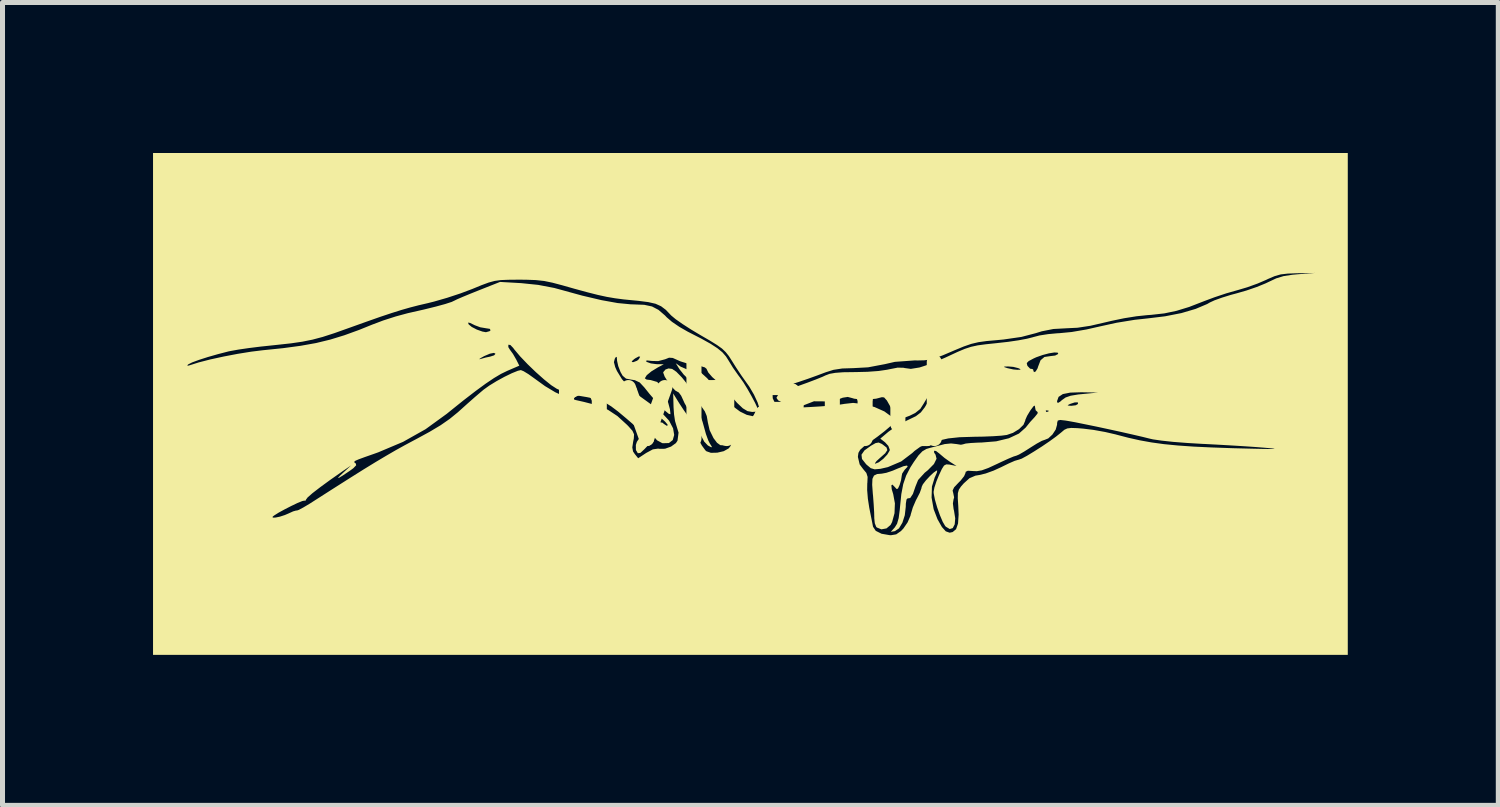
<source format=kicad_pcb>
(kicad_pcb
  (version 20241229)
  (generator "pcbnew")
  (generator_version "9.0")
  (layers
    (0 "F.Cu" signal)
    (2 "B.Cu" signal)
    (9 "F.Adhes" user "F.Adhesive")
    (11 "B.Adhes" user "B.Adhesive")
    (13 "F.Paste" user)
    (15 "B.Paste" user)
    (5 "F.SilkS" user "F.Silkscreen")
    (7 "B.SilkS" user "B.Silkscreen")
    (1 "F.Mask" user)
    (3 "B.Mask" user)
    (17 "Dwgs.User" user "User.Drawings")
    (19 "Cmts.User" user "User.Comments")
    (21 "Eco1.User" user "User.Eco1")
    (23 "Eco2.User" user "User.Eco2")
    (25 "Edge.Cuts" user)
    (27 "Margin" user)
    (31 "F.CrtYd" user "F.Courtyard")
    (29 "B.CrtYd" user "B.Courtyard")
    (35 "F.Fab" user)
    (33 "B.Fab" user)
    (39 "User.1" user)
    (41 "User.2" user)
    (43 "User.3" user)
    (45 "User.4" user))
  (footprint "hvhand"
    (layer "F.Cu")
    (at 11.906 5.001)
    (property "Reference" "hvhand" (at 0 0 0) (layer "F.SilkS") (effects (font (size 1.524 1.524) (thickness 0.3))))
    (attr board_only exclude_from_pos_files exclude_from_bom)
    (fp_poly (pts (xy -2.308 -0.341) (xy -2.265 -0.301) (xy -2.274 -0.278) (xy -2.28 -0.278) (xy -2.313 -0.306) (xy -2.326 -0.324) (xy -2.33 -0.351)) (stroke (width 0) (type solid)) (fill yes) (layer "F.SilkS"))
    (fp_poly (pts (xy -2.125 0.744) (xy -2.031 0.814) (xy -2.114 0.903) (xy -2.193 0.976) (xy -2.244 0.982) (xy -2.279 0.923) (xy -2.282 0.914) (xy -2.283 0.818) (xy -2.263 0.755) (xy -2.227 0.701) (xy -2.188 0.701)) (stroke (width 0) (type solid)) (fill yes) (layer "F.SilkS"))
    (fp_poly (pts (xy -1.39 -0.743) (xy -1.28 -0.695) (xy -1.155 -0.675) (xy -1.062 -0.662) (xy -0.976 -0.616) (xy -0.871 -0.521) (xy -0.847 -0.496) (xy -0.751 -0.383) (xy -0.678 -0.273) (xy -0.65 -0.208) (xy -0.612 -0.091) (xy -0.565 0.018) (xy -0.53 0.118) (xy -0.497 0.265) (xy -0.474 0.416) (xy -0.456 0.564) (xy -0.441 0.686) (xy -0.43 0.754) (xy -0.43 0.755) (xy -0.453 0.805) (xy -0.524 0.826) (xy -0.6 0.821) (xy -0.666 0.773) (xy -0.736 0.68) (xy -0.813 0.522) (xy -0.849 0.364) (xy -0.849 0.362) (xy -0.87 0.24) (xy -0.91 0.144) (xy -0.92 0.131) (xy -1.009 0.003) (xy -1.078 -0.144) (xy -1.11 -0.275) (xy -1.111 -0.293) (xy -1.146 -0.397) (xy -1.225 -0.483) (xy -1.327 -0.583) (xy -1.414 -0.693) (xy -1.488 -0.812)) (stroke (width 0) (type solid)) (fill yes) (layer "F.SilkS"))
    (fp_poly (pts (xy 3.134 1.249) (xy 3.081 1.306) (xy 3.076 1.31) (xy 3.025 1.387) (xy 3.016 1.431) (xy 3.002 1.521) (xy 2.974 1.615) (xy 2.94 1.688) (xy 2.912 1.694) (xy 2.88 1.658) (xy 2.83 1.607) (xy 2.809 1.623) (xy 2.817 1.701) (xy 2.846 1.797) (xy 2.88 1.981) (xy 2.872 2.178) (xy 2.824 2.354) (xy 2.794 2.411) (xy 2.713 2.48) (xy 2.611 2.499) (xy 2.521 2.463) (xy 2.507 2.449) (xy 2.479 2.377) (xy 2.468 2.269) (xy 2.469 2.261) (xy 2.466 2.156) (xy 2.457 2.001) (xy 2.444 1.828) (xy 2.44 1.792) (xy 2.427 1.611) (xy 2.432 1.493) (xy 2.463 1.427) (xy 2.525 1.397) (xy 2.619 1.389) (xy 2.71 1.372) (xy 2.838 1.329) (xy 2.927 1.291) (xy 3.051 1.241) (xy 3.122 1.227)) (stroke (width 0) (type solid)) (fill yes) (layer "F.SilkS"))
    (fp_poly (pts (xy -1.56 -0.698) (xy -1.477 -0.642) (xy -1.366 -0.529) (xy -1.366 -0.529) (xy -1.276 -0.417) (xy -1.213 -0.315) (xy -1.192 -0.254) (xy -1.173 -0.173) (xy -1.126 -0.055) (xy -1.086 0.024) (xy -1.017 0.178) (xy -0.953 0.358) (xy -0.926 0.456) (xy -0.886 0.6) (xy -0.841 0.724) (xy -0.811 0.784) (xy -0.768 0.853) (xy -0.778 0.865) (xy -0.845 0.829) (xy -0.847 0.828) (xy -0.919 0.753) (xy -0.983 0.633) (xy -1.024 0.499) (xy -1.032 0.428) (xy -1.06 0.343) (xy -1.128 0.247) (xy -1.148 0.228) (xy -1.235 0.12) (xy -1.313 -0.017) (xy -1.332 -0.06) (xy -1.38 -0.164) (xy -1.427 -0.228) (xy -1.445 -0.238) (xy -1.499 -0.269) (xy -1.572 -0.347) (xy -1.648 -0.447) (xy -1.709 -0.546) (xy -1.737 -0.621) (xy -1.737 -0.634) (xy -1.693 -0.686) (xy -1.632 -0.708)) (stroke (width 0) (type solid)) (fill yes) (layer "F.SilkS"))
    (fp_poly (pts (xy 11.906 5.001) (xy -11.906 5.001) (xy -11.906 -0.759) (xy -11.221 -0.759) (xy -11.172 -0.772) (xy -10.995 -0.828) (xy -10.762 -0.888) (xy -10.738 -0.893) (xy -5.407 -0.893) (xy -5.388 -0.893) (xy -5.378 -0.896) (xy -5.276 -0.925) (xy -5.189 -0.943) (xy -5.11 -0.968) (xy -5.08 -0.999) (xy -5.111 -1.018) (xy -5.192 -1.002) (xy -5.303 -0.955) (xy -5.358 -0.925) (xy -5.407 -0.893) (xy -10.738 -0.893) (xy -10.495 -0.946) (xy -10.217 -0.999) (xy -9.95 -1.042) (xy -9.723 -1.07) (xy -9.314 -1.112) (xy -8.965 -1.159) (xy -8.657 -1.214) (xy -8.373 -1.283) (xy -8.093 -1.369) (xy -7.798 -1.476) (xy -7.541 -1.58) (xy -7.429 -1.622) (xy -5.627 -1.622) (xy -5.618 -1.592) (xy -5.613 -1.584) (xy -5.554 -1.535) (xy -5.452 -1.482) (xy -5.342 -1.443) (xy -5.271 -1.43) (xy -5.199 -1.45) (xy -5.179 -1.468) (xy -5.194 -1.497) (xy -5.266 -1.508) (xy -5.384 -1.528) (xy -5.491 -1.568) (xy -5.588 -1.615) (xy -5.627 -1.622) (xy -7.429 -1.622) (xy -7.321 -1.663) (xy -7.069 -1.744) (xy -6.829 -1.809) (xy -6.767 -1.823) (xy -6.503 -1.883) (xy -6.272 -1.94) (xy -6.085 -1.991) (xy -5.953 -2.034) (xy -5.894 -2.062) (xy -5.843 -2.087) (xy -5.734 -2.134) (xy -5.584 -2.196) (xy -5.422 -2.261) (xy -4.99 -2.432) (xy -4.569 -2.408) (xy -4.229 -2.373) (xy -3.91 -2.312) (xy -3.81 -2.285) (xy -3.355 -2.16) (xy -2.969 -2.069) (xy -2.647 -2.011) (xy -2.388 -1.986) (xy -2.324 -1.984) (xy -2.117 -1.976) (xy -1.961 -1.943) (xy -1.832 -1.875) (xy -1.703 -1.764) (xy -1.667 -1.726) (xy -1.563 -1.637) (xy -1.415 -1.536) (xy -1.253 -1.443) (xy -1.23 -1.431) (xy -0.982 -1.304) (xy -0.795 -1.2) (xy -0.658 -1.111) (xy -0.559 -1.03) (xy -0.487 -0.947) (xy -0.437 -0.868) (xy -0.348 -0.723) (xy -0.242 -0.572) (xy -0.205 -0.523) (xy -0.139 -0.429) (xy -0.06 -0.301) (xy 0.02 -0.16) (xy 0.091 -0.026) (xy 0.141 0.081) (xy 0.159 0.14) (xy 0.124 0.153) (xy 0.04 0.159) (xy 0.033 0.159) (xy -0.058 0.143) (xy -0.151 0.087) (xy -0.265 -0.021) (xy -0.355 -0.124) (xy -0.417 -0.211) (xy -0.437 -0.258) (xy -0.469 -0.314) (xy -0.547 -0.372) (xy -0.554 -0.376) (xy -0.659 -0.446) (xy -0.761 -0.536) (xy -0.839 -0.626) (xy -0.873 -0.696) (xy -0.873 -0.699) (xy -0.909 -0.729) (xy -1.002 -0.757) (xy -1.088 -0.772) (xy -1.243 -0.802) (xy -1.391 -0.848) (xy -1.447 -0.872) (xy -1.548 -0.917) (xy -1.621 -0.922) (xy -1.698 -0.891) (xy -1.839 -0.854) (xy -1.964 -0.857) (xy -2.059 -0.867) (xy -2.084 -0.857) (xy -2.064 -0.837) (xy -1.984 -0.808) (xy -1.873 -0.793) (xy -1.865 -0.793) (xy -1.726 -0.791) (xy -1.845 -0.728) (xy -1.974 -0.649) (xy -2.066 -0.573) (xy -2.103 -0.513) (xy -2.103 -0.51) (xy -2.069 -0.486) (xy -1.987 -0.476) (xy -1.86 -0.439) (xy -1.791 -0.374) (xy -1.74 -0.287) (xy -1.686 -0.161) (xy -1.638 -0.022) (xy -1.604 0.104) (xy -1.594 0.191) (xy -1.596 0.205) (xy -1.626 0.197) (xy -1.695 0.14) (xy -1.79 0.046) (xy -1.9 -0.072) (xy -2.013 -0.203) (xy -2.113 -0.328) (xy -2.206 -0.428) (xy -2.304 -0.474) (xy -2.371 -0.484) (xy -2.479 -0.505) (xy -2.546 -0.562) (xy -2.588 -0.635) (xy -2.634 -0.754) (xy -2.655 -0.848) (xy -2.367 -0.848) (xy -2.35 -0.834) (xy -2.334 -0.833) (xy -2.258 -0.862) (xy -2.223 -0.893) (xy -2.197 -0.941) (xy -2.225 -0.947) (xy -2.293 -0.91) (xy -2.319 -0.892) (xy -2.367 -0.848) (xy -2.655 -0.848) (xy -2.658 -0.862) (xy -2.658 -0.873) (xy -2.664 -0.939) (xy -2.684 -0.932) (xy -2.703 -0.901) (xy -2.72 -0.833) (xy -2.695 -0.736) (xy -2.66 -0.657) (xy -2.56 -0.494) (xy -2.415 -0.332) (xy -2.214 -0.161) (xy -2.006 -0.011) (xy -1.86 0.1) (xy -1.726 0.219) (xy -1.63 0.323) (xy -1.619 0.337) (xy -1.541 0.486) (xy -1.519 0.618) (xy -1.548 0.72) (xy -1.624 0.779) (xy -1.744 0.783) (xy -1.761 0.779) (xy -1.86 0.725) (xy -1.941 0.633) (xy -1.987 0.527) (xy -1.983 0.435) (xy -1.981 0.43) (xy -1.918 0.377) (xy -1.829 0.358) (xy -1.749 0.375) (xy -1.726 0.397) (xy -1.669 0.434) (xy -1.655 0.435) (xy -1.65 0.412) (xy -1.696 0.357) (xy -1.718 0.336) (xy -1.829 0.239) (xy -1.947 0.325) (xy -2.039 0.423) (xy -2.064 0.527) (xy -2.064 0.642) (xy -2.263 0.47) (xy -2.474 0.288) (xy -2.639 0.15) (xy -2.773 0.049) (xy -2.888 -0.023) (xy -2.999 -0.072) (xy -3.12 -0.108) (xy -3.264 -0.137) (xy -3.424 -0.164) (xy -3.597 -0.204) (xy -3.777 -0.266) (xy -3.86 -0.303) (xy -3.97 -0.374) (xy -4.115 -0.491) (xy -4.277 -0.635) (xy -4.441 -0.793) (xy -4.589 -0.948) (xy -4.704 -1.084) (xy -4.729 -1.118) (xy -4.784 -1.175) (xy -4.824 -1.181) (xy -4.825 -1.133) (xy -4.794 -1.082) (xy -4.732 -0.997) (xy -4.67 -0.889) (xy -4.669 -0.888) (xy -4.606 -0.763) (xy -4.845 -0.66) (xy -4.971 -0.599) (xy -5.112 -0.515) (xy -5.277 -0.404) (xy -5.475 -0.259) (xy -5.714 -0.075) (xy -6.002 0.156) (xy -6.051 0.196) (xy -6.474 0.503) (xy -6.922 0.755) (xy -7.417 0.964) (xy -7.501 0.994) (xy -7.686 1.059) (xy -7.806 1.103) (xy -7.873 1.132) (xy -7.897 1.153) (xy -7.889 1.17) (xy -7.865 1.186) (xy -7.857 1.222) (xy -7.915 1.282) (xy -7.985 1.333) (xy -8.124 1.426) (xy -8.202 1.473) (xy -8.22 1.474) (xy -8.18 1.43) (xy -8.116 1.37) (xy -7.957 1.224) (xy -8.121 1.336) (xy -8.371 1.511) (xy -8.575 1.66) (xy -8.728 1.778) (xy -8.824 1.862) (xy -8.859 1.909) (xy -8.859 1.911) (xy -8.873 1.933) (xy -8.888 1.926) (xy -8.933 1.936) (xy -9.027 1.974) (xy -9.15 2.033) (xy -9.281 2.1) (xy -9.402 2.166) (xy -9.491 2.222) (xy -9.522 2.246) (xy -9.52 2.266) (xy -9.464 2.264) (xy -9.377 2.246) (xy -9.279 2.214) (xy -9.211 2.185) (xy -9.114 2.141) (xy -9.051 2.123) (xy -9.041 2.125) (xy -9.002 2.112) (xy -8.912 2.064) (xy -8.786 1.989) (xy -8.689 1.927) (xy -8.309 1.684) (xy -7.986 1.479) (xy -7.711 1.306) (xy -7.473 1.16) (xy -7.263 1.035) (xy -7.072 0.924) (xy -6.89 0.823) (xy -6.707 0.725) (xy -6.667 0.704) (xy -6.393 0.555) (xy -6.174 0.424) (xy -5.993 0.298) (xy -5.831 0.166) (xy -5.793 0.132) (xy -5.642 -0.004) (xy -5.49 -0.138) (xy -5.361 -0.248) (xy -5.317 -0.285) (xy -5.204 -0.366) (xy -5.059 -0.455) (xy -4.902 -0.541) (xy -4.754 -0.613) (xy -4.635 -0.661) (xy -4.575 -0.675) (xy -4.519 -0.652) (xy -4.424 -0.594) (xy -4.329 -0.526) (xy -4.094 -0.356) (xy -3.889 -0.233) (xy -3.692 -0.144) (xy -3.478 -0.077) (xy -3.319 -0.041) (xy -3.054 0.027) (xy -2.84 0.116) (xy -2.651 0.241) (xy -2.457 0.418) (xy -2.429 0.447) (xy -2.351 0.535) (xy -2.319 0.605) (xy -2.324 0.69) (xy -2.336 0.748) (xy -2.354 0.867) (xy -2.339 0.947) (xy -2.305 0.998) (xy -2.237 1.082) (xy -2.076 0.976) (xy -1.944 0.905) (xy -1.84 0.89) (xy -1.815 0.894) (xy -1.703 0.893) (xy -1.582 0.85) (xy -1.485 0.78) (xy -1.453 0.732) (xy -1.432 0.571) (xy -1.477 0.424) (xy -1.502 0.341) (xy -1.522 0.208) (xy -1.532 0.064) (xy -1.539 -0.209) (xy -1.419 -0.015) (xy -1.333 0.116) (xy -1.246 0.239) (xy -1.205 0.291) (xy -1.142 0.387) (xy -1.112 0.473) (xy -1.111 0.481) (xy -1.09 0.576) (xy -1.037 0.702) (xy -0.967 0.829) (xy -0.898 0.924) (xy -0.877 0.943) (xy -0.787 0.974) (xy -0.66 0.971) (xy -0.531 0.941) (xy -0.433 0.886) (xy -0.429 0.881) (xy -0.396 0.838) (xy -0.38 0.78) (xy -0.381 0.687) (xy -0.396 0.541) (xy -0.401 0.496) (xy -0.432 0.314) (xy -0.474 0.134) (xy -0.518 -0.007) (xy -0.521 -0.014) (xy -0.563 -0.125) (xy -0.585 -0.201) (xy -0.585 -0.222) (xy -0.555 -0.202) (xy -0.496 -0.133) (xy -0.444 -0.065) (xy -0.335 0.056) (xy -0.206 0.152) (xy -0.073 0.217) (xy 0.048 0.244) (xy 0.141 0.228) (xy 0.184 0.179) (xy 0.183 0.095) (xy 0.142 -0.033) (xy 0.071 -0.186) (xy 0.057 -0.21) (xy 0.441 -0.21) (xy 0.445 -0.113) (xy 0.488 -0.021) (xy 0.537 0.024) (xy 0.586 0.05) (xy 0.651 0.066) (xy 0.744 0.074) (xy 0.881 0.074) (xy 1.075 0.067) (xy 1.195 0.061) (xy 1.408 0.048) (xy 1.601 0.033) (xy 1.756 0.017) (xy 1.855 0.002) (xy 1.87 -0.001) (xy 2.047 -0.021) (xy 2.258 0.003) (xy 2.475 0.062) (xy 2.67 0.149) (xy 2.817 0.256) (xy 2.83 0.269) (xy 2.867 0.319) (xy 2.862 0.362) (xy 2.809 0.424) (xy 2.768 0.463) (xy 2.669 0.547) (xy 2.533 0.652) (xy 2.391 0.754) (xy 2.263 0.846) (xy 2.188 0.913) (xy 2.153 0.974) (xy 2.143 1.045) (xy 2.143 1.059) (xy 2.178 1.206) (xy 2.247 1.298) (xy 2.311 1.375) (xy 2.336 1.454) (xy 2.331 1.572) (xy 2.329 1.584) (xy 2.327 1.716) (xy 2.341 1.888) (xy 2.368 2.063) (xy 2.368 2.064) (xy 2.399 2.22) (xy 2.426 2.355) (xy 2.443 2.442) (xy 2.444 2.447) (xy 2.498 2.529) (xy 2.614 2.587) (xy 2.776 2.615) (xy 2.804 2.616) (xy 2.906 2.599) (xy 3.001 2.533) (xy 3.05 2.481) (xy 3.133 2.36) (xy 3.19 2.228) (xy 3.198 2.194) (xy 3.237 2.063) (xy 3.299 1.919) (xy 3.319 1.882) (xy 3.376 1.771) (xy 3.409 1.679) (xy 3.413 1.654) (xy 3.437 1.602) (xy 3.497 1.524) (xy 3.575 1.44) (xy 3.651 1.369) (xy 3.707 1.329) (xy 3.723 1.329) (xy 3.716 1.369) (xy 3.681 1.45) (xy 3.674 1.463) (xy 3.618 1.646) (xy 3.611 1.866) (xy 3.652 2.097) (xy 3.729 2.298) (xy 3.817 2.453) (xy 3.894 2.539) (xy 3.971 2.566) (xy 4.031 2.553) (xy 4.099 2.496) (xy 4.138 2.383) (xy 4.15 2.206) (xy 4.143 2.035) (xy 4.133 1.879) (xy 4.135 1.778) (xy 4.155 1.707) (xy 4.198 1.644) (xy 4.253 1.582) (xy 4.366 1.48) (xy 4.485 1.429) (xy 4.563 1.416) (xy 4.688 1.386) (xy 4.848 1.328) (xy 5.008 1.255) (xy 5.011 1.253) (xy 5.15 1.185) (xy 5.267 1.134) (xy 5.341 1.112) (xy 5.347 1.111) (xy 5.407 1.09) (xy 5.514 1.032) (xy 5.652 0.948) (xy 5.806 0.85) (xy 5.958 0.747) (xy 6.092 0.65) (xy 6.192 0.57) (xy 6.2 0.563) (xy 6.257 0.515) (xy 6.315 0.488) (xy 6.393 0.478) (xy 6.513 0.482) (xy 6.634 0.492) (xy 6.838 0.517) (xy 7.071 0.559) (xy 7.283 0.608) (xy 7.3 0.613) (xy 7.534 0.674) (xy 7.762 0.725) (xy 7.995 0.767) (xy 8.243 0.801) (xy 8.519 0.828) (xy 8.833 0.85) (xy 9.196 0.867) (xy 9.619 0.882) (xy 9.981 0.891) (xy 10.207 0.896) (xy 10.357 0.898) (xy 10.435 0.897) (xy 10.446 0.893) (xy 10.392 0.886) (xy 10.278 0.875) (xy 10.239 0.872) (xy 10.08 0.859) (xy 9.861 0.844) (xy 9.602 0.828) (xy 9.323 0.812) (xy 9.043 0.797) (xy 9.029 0.797) (xy 8.711 0.778) (xy 8.429 0.756) (xy 8.196 0.731) (xy 8.024 0.706) (xy 7.957 0.691) (xy 7.816 0.656) (xy 7.622 0.611) (xy 7.393 0.559) (xy 7.146 0.505) (xy 6.9 0.452) (xy 6.67 0.405) (xy 6.474 0.365) (xy 6.329 0.339) (xy 6.281 0.331) (xy 6.175 0.319) (xy 6.126 0.331) (xy 6.113 0.378) (xy 6.112 0.413) (xy 6.085 0.51) (xy 6.019 0.61) (xy 5.936 0.687) (xy 5.866 0.715) (xy 5.809 0.735) (xy 5.708 0.79) (xy 5.585 0.867) (xy 5.576 0.873) (xy 5.453 0.951) (xy 5.354 1.008) (xy 5.298 1.032) (xy 5.296 1.032) (xy 5.244 1.048) (xy 5.139 1.092) (xy 4.999 1.156) (xy 4.919 1.194) (xy 4.742 1.276) (xy 4.612 1.323) (xy 4.512 1.34) (xy 4.435 1.337) (xy 4.334 1.331) (xy 4.291 1.352) (xy 4.286 1.378) (xy 4.259 1.44) (xy 4.19 1.527) (xy 4.145 1.572) (xy 4.06 1.662) (xy 4.03 1.726) (xy 4.042 1.774) (xy 4.06 1.863) (xy 4.048 1.905) (xy 4.036 1.983) (xy 4.05 2.098) (xy 4.058 2.127) (xy 4.082 2.28) (xy 4.072 2.399) (xy 4.033 2.474) (xy 3.973 2.493) (xy 3.896 2.447) (xy 3.881 2.431) (xy 3.833 2.349) (xy 3.777 2.217) (xy 3.722 2.061) (xy 3.678 1.909) (xy 3.654 1.787) (xy 3.651 1.753) (xy 3.667 1.667) (xy 3.709 1.539) (xy 3.757 1.422) (xy 3.816 1.296) (xy 3.859 1.228) (xy 3.904 1.204) (xy 3.966 1.208) (xy 3.985 1.212) (xy 4.108 1.236) (xy 3.98 1.155) (xy 3.869 1.076) (xy 3.773 0.995) (xy 3.768 0.99) (xy 3.699 0.937) (xy 3.659 0.933) (xy 3.663 0.973) (xy 3.69 1.011) (xy 3.71 1.092) (xy 3.658 1.197) (xy 3.537 1.32) (xy 3.474 1.371) (xy 3.342 1.516) (xy 3.291 1.642) (xy 3.239 1.793) (xy 3.185 1.875) (xy 3.131 1.883) (xy 3.131 1.882) (xy 3.111 1.905) (xy 3.098 1.986) (xy 3.096 2.051) (xy 3.077 2.218) (xy 3.029 2.367) (xy 2.961 2.48) (xy 2.881 2.534) (xy 2.877 2.535) (xy 2.798 2.549) (xy 2.877 2.461) (xy 2.923 2.387) (xy 2.955 2.275) (xy 2.977 2.107) (xy 2.982 2.05) (xy 3.008 1.796) (xy 3.046 1.597) (xy 3.104 1.427) (xy 3.189 1.263) (xy 3.256 1.158) (xy 3.35 1.025) (xy 3.427 0.944) (xy 3.507 0.897) (xy 3.585 0.874) (xy 3.722 0.839) (xy 3.849 0.806) (xy 3.87 0.8) (xy 3.998 0.787) (xy 4.106 0.799) (xy 4.195 0.813) (xy 4.245 0.803) (xy 4.245 0.802) (xy 4.292 0.789) (xy 4.398 0.778) (xy 4.545 0.77) (xy 4.604 0.769) (xy 4.898 0.745) (xy 5.151 0.684) (xy 5.352 0.59) (xy 5.486 0.471) (xy 5.576 0.359) (xy 5.67 0.257) (xy 5.671 0.255) (xy 5.722 0.192) (xy 5.726 0.16) (xy 5.721 0.159) (xy 5.692 0.132) (xy 5.887 0.132) (xy 5.892 0.156) (xy 5.913 0.159) (xy 5.946 0.144) (xy 5.94 0.132) (xy 5.893 0.128) (xy 5.887 0.132) (xy 5.692 0.132) (xy 5.685 0.125) (xy 5.675 0.074) (xy 5.668 0.032) (xy 5.642 0.046) (xy 5.585 0.122) (xy 5.576 0.135) (xy 5.515 0.236) (xy 5.48 0.315) (xy 5.477 0.334) (xy 5.442 0.416) (xy 5.354 0.502) (xy 5.233 0.576) (xy 5.11 0.618) (xy 5.002 0.632) (xy 4.838 0.643) (xy 4.642 0.651) (xy 4.465 0.654) (xy 4.169 0.663) (xy 3.943 0.687) (xy 3.79 0.722) (xy 3.651 0.765) (xy 3.525 0.8) (xy 3.48 0.812) (xy 3.385 0.854) (xy 3.274 0.934) (xy 3.225 0.979) (xy 3.005 1.146) (xy 2.739 1.259) (xy 2.59 1.293) (xy 2.477 1.303) (xy 2.399 1.28) (xy 2.316 1.211) (xy 2.302 1.196) (xy 2.224 1.097) (xy 2.214 1.011) (xy 2.273 0.926) (xy 2.402 0.833) (xy 2.495 0.78) (xy 2.556 0.769) (xy 2.618 0.796) (xy 2.64 0.811) (xy 2.713 0.868) (xy 2.729 0.92) (xy 2.686 0.984) (xy 2.59 1.069) (xy 2.514 1.138) (xy 2.482 1.182) (xy 2.488 1.191) (xy 2.56 1.162) (xy 2.649 1.093) (xy 2.729 1.007) (xy 2.775 0.93) (xy 2.778 0.912) (xy 2.749 0.836) (xy 2.684 0.765) (xy 2.589 0.691) (xy 2.751 0.554) (xy 2.881 0.461) (xy 3.042 0.367) (xy 3.153 0.314) (xy 3.298 0.244) (xy 3.396 0.169) (xy 3.475 0.067) (xy 3.5 0.025) (xy 6.322 0.025) (xy 6.344 0.034) (xy 6.397 0.037) (xy 6.485 0.026) (xy 6.529 0) (xy 6.525 -0.032) (xy 6.465 -0.031) (xy 6.37 0) (xy 6.322 0.025) (xy 3.5 0.025) (xy 3.505 0.017) (xy 3.545 -0.046) (xy 6.112 -0.046) (xy 6.126 -0.018) (xy 6.174 -0.046) (xy 6.209 -0.077) (xy 6.282 -0.129) (xy 6.383 -0.164) (xy 6.534 -0.189) (xy 6.615 -0.197) (xy 6.925 -0.227) (xy 6.591 -0.233) (xy 6.374 -0.226) (xy 6.227 -0.197) (xy 6.142 -0.141) (xy 6.112 -0.057) (xy 6.112 -0.046) (xy 3.545 -0.046) (xy 3.59 -0.116) (xy 3.679 -0.238) (xy 3.722 -0.288) (xy 3.778 -0.357) (xy 3.791 -0.394) (xy 3.785 -0.397) (xy 3.724 -0.365) (xy 3.64 -0.282) (xy 3.551 -0.168) (xy 3.472 -0.039) (xy 3.459 -0.016) (xy 3.386 0.099) (xy 3.285 0.18) (xy 3.176 0.234) (xy 3.059 0.278) (xy 2.97 0.3) (xy 2.938 0.299) (xy 2.903 0.254) (xy 2.846 0.159) (xy 2.792 0.058) (xy 2.72 -0.069) (xy 2.665 -0.13) (xy 2.621 -0.135) (xy 2.506 -0.105) (xy 2.353 -0.09) (xy 2.195 -0.089) (xy 2.067 -0.105) (xy 2.032 -0.116) (xy 1.94 -0.14) (xy 1.842 -0.125) (xy 1.765 -0.096) (xy 1.547 -0.048) (xy 1.429 -0.052) (xy 1.266 -0.053) (xy 1.173 -0.017) (xy 1.057 0.028) (xy 0.9 0.036) (xy 0.731 0.009) (xy 0.651 -0.019) (xy 0.554 -0.071) (xy 0.519 -0.122) (xy 0.549 -0.176) (xy 0.649 -0.238) (xy 0.821 -0.31) (xy 0.953 -0.358) (xy 1.136 -0.424) (xy 1.305 -0.488) (xy 1.436 -0.541) (xy 1.496 -0.569) (xy 1.578 -0.6) (xy 1.691 -0.62) (xy 1.85 -0.632) (xy 2.071 -0.635) (xy 2.092 -0.635) (xy 2.334 -0.641) (xy 2.553 -0.657) (xy 2.724 -0.682) (xy 2.772 -0.692) (xy 2.936 -0.724) (xy 3.055 -0.721) (xy 3.073 -0.716) (xy 3.197 -0.699) (xy 3.371 -0.727) (xy 3.399 -0.736) (xy 5.057 -0.736) (xy 5.12 -0.714) (xy 5.239 -0.688) (xy 5.318 -0.681) (xy 5.384 -0.683) (xy 5.375 -0.697) (xy 5.338 -0.714) (xy 5.239 -0.739) (xy 5.14 -0.747) (xy 5.061 -0.745) (xy 5.057 -0.736) (xy 3.399 -0.736) (xy 3.598 -0.801) (xy 3.63 -0.815) (xy 5.508 -0.815) (xy 5.517 -0.77) (xy 5.526 -0.754) (xy 5.575 -0.703) (xy 5.604 -0.699) (xy 5.634 -0.69) (xy 5.636 -0.677) (xy 5.651 -0.634) (xy 5.686 -0.648) (xy 5.723 -0.709) (xy 5.734 -0.744) (xy 5.783 -0.871) (xy 5.86 -0.936) (xy 5.975 -0.953) (xy 6.074 -0.965) (xy 6.134 -0.996) (xy 6.135 -0.998) (xy 6.124 -1.023) (xy 6.057 -1.026) (xy 5.951 -1.009) (xy 5.825 -0.976) (xy 5.698 -0.931) (xy 5.647 -0.908) (xy 5.547 -0.855) (xy 5.508 -0.815) (xy 3.63 -0.815) (xy 3.883 -0.923) (xy 3.952 -0.955) (xy 4.132 -1.039) (xy 4.273 -1.098) (xy 4.398 -1.139) (xy 4.531 -1.168) (xy 4.696 -1.19) (xy 4.915 -1.213) (xy 4.921 -1.214) (xy 5.137 -1.238) (xy 5.341 -1.268) (xy 5.512 -1.3) (xy 5.627 -1.329) (xy 5.636 -1.332) (xy 5.762 -1.365) (xy 5.935 -1.392) (xy 6.119 -1.409) (xy 6.152 -1.41) (xy 6.402 -1.434) (xy 6.695 -1.484) (xy 6.96 -1.544) (xy 7.297 -1.618) (xy 7.659 -1.677) (xy 7.918 -1.705) (xy 8.265 -1.747) (xy 8.59 -1.811) (xy 8.875 -1.895) (xy 9.104 -1.992) (xy 9.158 -2.023) (xy 9.251 -2.066) (xy 9.399 -2.119) (xy 9.576 -2.174) (xy 9.685 -2.203) (xy 9.887 -2.261) (xy 10.091 -2.331) (xy 10.265 -2.402) (xy 10.326 -2.431) (xy 10.479 -2.503) (xy 10.626 -2.548) (xy 10.801 -2.575) (xy 10.91 -2.585) (xy 11.251 -2.611) (xy 10.894 -2.605) (xy 10.707 -2.598) (xy 10.57 -2.582) (xy 10.45 -2.548) (xy 10.318 -2.492) (xy 10.279 -2.473) (xy 10.109 -2.4) (xy 9.904 -2.326) (xy 9.705 -2.267) (xy 9.69 -2.263) (xy 9.483 -2.204) (xy 9.252 -2.127) (xy 9.045 -2.05) (xy 9.035 -2.046) (xy 8.744 -1.933) (xy 8.492 -1.856) (xy 8.25 -1.805) (xy 7.989 -1.776) (xy 7.907 -1.77) (xy 7.697 -1.748) (xy 7.447 -1.708) (xy 7.193 -1.655) (xy 7.079 -1.628) (xy 6.776 -1.558) (xy 6.519 -1.519) (xy 6.296 -1.508) (xy 6.039 -1.494) (xy 5.807 -1.448) (xy 5.684 -1.41) (xy 5.401 -1.336) (xy 5.048 -1.285) (xy 4.923 -1.273) (xy 4.708 -1.254) (xy 4.544 -1.231) (xy 4.401 -1.197) (xy 4.251 -1.145) (xy 4.065 -1.068) (xy 4.021 -1.049) (xy 3.831 -0.968) (xy 3.69 -0.915) (xy 3.575 -0.884) (xy 3.465 -0.87) (xy 3.335 -0.867) (xy 3.273 -0.868) (xy 2.879 -0.839) (xy 2.678 -0.793) (xy 2.345 -0.73) (xy 2.055 -0.714) (xy 1.831 -0.707) (xy 1.655 -0.68) (xy 1.5 -0.631) (xy 1.332 -0.568) (xy 1.146 -0.501) (xy 0.958 -0.437) (xy 0.786 -0.382) (xy 0.648 -0.341) (xy 0.56 -0.319) (xy 0.544 -0.318) (xy 0.474 -0.286) (xy 0.441 -0.21) (xy 0.057 -0.21) (xy -0.022 -0.345) (xy -0.081 -0.428) (xy -0.179 -0.566) (xy -0.289 -0.732) (xy -0.366 -0.855) (xy -0.429 -0.954) (xy -0.491 -1.032) (xy -0.565 -1.103) (xy -0.667 -1.176) (xy -0.811 -1.265) (xy -0.994 -1.371) (xy -1.18 -1.482) (xy -1.351 -1.592) (xy -1.488 -1.688) (xy -1.576 -1.761) (xy -1.587 -1.772) (xy -1.685 -1.875) (xy -1.78 -1.947) (xy -1.891 -1.997) (xy -2.036 -2.03) (xy -2.232 -2.055) (xy -2.346 -2.066) (xy -2.53 -2.084) (xy -2.696 -2.106) (xy -2.861 -2.134) (xy -3.04 -2.173) (xy -3.25 -2.226) (xy -3.507 -2.296) (xy -3.75 -2.365) (xy -3.946 -2.417) (xy -4.111 -2.451) (xy -4.277 -2.469) (xy -4.472 -2.476) (xy -4.624 -2.477) (xy -4.826 -2.475) (xy -4.976 -2.469) (xy -5.097 -2.452) (xy -5.216 -2.42) (xy -5.357 -2.368) (xy -5.542 -2.292) (xy -5.776 -2.204) (xy -6.043 -2.116) (xy -6.303 -2.041) (xy -6.435 -2.008) (xy -6.615 -1.966) (xy -6.785 -1.922) (xy -6.96 -1.872) (xy -7.153 -1.811) (xy -7.378 -1.736) (xy -7.648 -1.641) (xy -7.978 -1.523) (xy -8.017 -1.509) (xy -8.295 -1.41) (xy -8.524 -1.336) (xy -8.727 -1.282) (xy -8.93 -1.241) (xy -9.157 -1.208) (xy -9.431 -1.178) (xy -9.525 -1.168) (xy -9.763 -1.143) (xy -9.995 -1.114) (xy -10.201 -1.084) (xy -10.358 -1.056) (xy -10.398 -1.048) (xy -10.611 -0.993) (xy -10.814 -0.935) (xy -10.991 -0.878) (xy -11.127 -0.828) (xy -11.204 -0.789) (xy -11.212 -0.783) (xy -11.221 -0.759) (xy -11.906 -0.759) (xy -11.906 -5.001) (xy 11.906 -5.001)) (stroke (width 0) (type solid)) (fill yes) (layer "F.SilkS")))
  (gr_rect
    (start -3 -3)
    (end 26.812 13.001)
    (stroke (width 0.1) (type default))
    (fill no)
    (layer "Edge.Cuts")))
</source>
